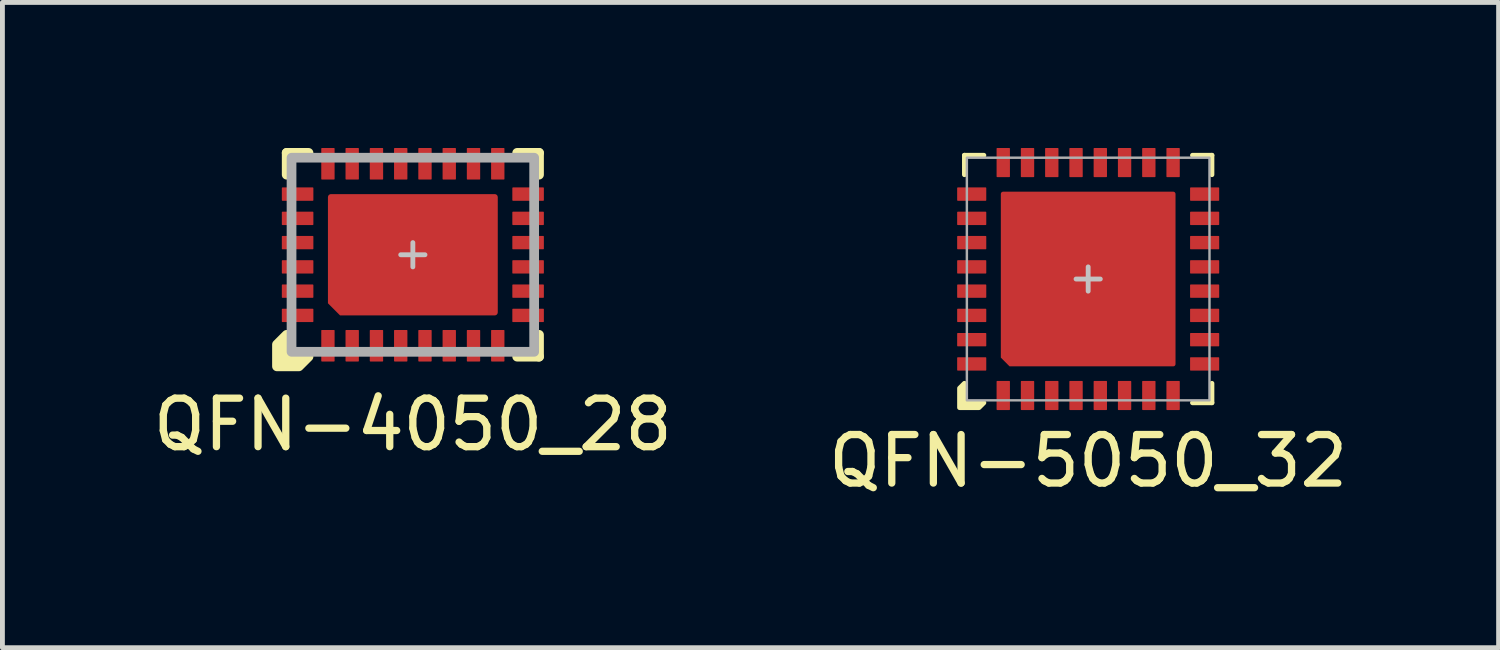
<source format=kicad_pcb>
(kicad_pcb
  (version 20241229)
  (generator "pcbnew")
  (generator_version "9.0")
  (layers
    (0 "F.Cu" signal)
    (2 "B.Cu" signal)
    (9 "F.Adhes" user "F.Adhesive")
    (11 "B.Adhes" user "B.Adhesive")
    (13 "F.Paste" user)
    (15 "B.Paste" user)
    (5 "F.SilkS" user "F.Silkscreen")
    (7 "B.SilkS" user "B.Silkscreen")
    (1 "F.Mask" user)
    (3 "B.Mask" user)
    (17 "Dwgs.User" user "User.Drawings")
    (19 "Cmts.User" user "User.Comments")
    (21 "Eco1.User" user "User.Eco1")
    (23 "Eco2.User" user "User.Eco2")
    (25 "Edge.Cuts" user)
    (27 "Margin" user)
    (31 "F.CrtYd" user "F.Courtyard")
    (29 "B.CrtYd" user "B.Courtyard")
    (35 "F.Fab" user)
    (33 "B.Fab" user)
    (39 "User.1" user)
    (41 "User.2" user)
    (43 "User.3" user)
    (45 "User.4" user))
  (footprint "QFN-4050_28"
    (layer "F.Cu")
    (at 5.458 2.2)
    (property "Reference" "QFN-4050_28" (at 0 3.5 0) (unlocked yes) (layer "F.SilkS") (effects (font (size 1 1) (thickness 0.15))))
    (attr smd)
    (fp_line (start -2.6 -2.1) (end -2.6 -1.65) (stroke (width 0.2) (type solid)) (layer "F.SilkS"))
    (fp_line (start -2.15 -2.1) (end -2.6 -2.1) (stroke (width 0.2) (type solid)) (layer "F.SilkS"))
    (fp_line (start 2.15 2.1) (end 2.6 2.1) (stroke (width 0.2) (type solid)) (layer "F.SilkS"))
    (fp_line (start 2.6 -2.1) (end 2.15 -2.1) (stroke (width 0.2) (type solid)) (layer "F.SilkS"))
    (fp_line (start 2.6 -1.65) (end 2.6 -2.1) (stroke (width 0.2) (type solid)) (layer "F.SilkS"))
    (fp_line (start 2.6 2.1) (end 2.6 1.65) (stroke (width 0.2) (type solid)) (layer "F.SilkS"))
    (fp_poly (pts (xy -2.6 2.1) (xy -2.15 2.1) (xy -2.35 2.3) (xy -2.8 2.3) (xy -2.8 1.85) (xy -2.6 1.65)) (stroke (width 0.2) (type solid)) (fill yes) (layer "F.SilkS"))
    (fp_rect (start -1.6 -1.1) (end -0.75 -0.15) (stroke (width 0) (type solid)) (fill yes) (layer "F.Paste"))
    (fp_rect (start -0.45 -1.1) (end 0.45 -0.15) (stroke (width 0) (type solid)) (fill yes) (layer "F.Paste"))
    (fp_rect (start -0.45 0.15) (end 0.45 1.1) (stroke (width 0) (type solid)) (fill yes) (layer "F.Paste"))
    (fp_rect (start 0.75 -1.1) (end 1.6 -0.15) (stroke (width 0) (type solid)) (fill yes) (layer "F.Paste"))
    (fp_rect (start 0.75 0.15) (end 1.6 1.1) (stroke (width 0) (type solid)) (fill yes) (layer "F.Paste"))
    (fp_poly (pts (xy -0.75 1.1) (xy -1.4 1.1) (xy -1.6 0.9) (xy -1.6 0.15) (xy -0.75 0.15)) (stroke (width 0) (type solid)) (fill yes) (layer "F.Paste"))
    (fp_line (start -0.25 0) (end 0.25 0) (stroke (width 0.1) (type solid)) (layer "Dwgs.User"))
    (fp_line (start 0 0.25) (end 0 -0.25) (stroke (width 0.1) (type solid)) (layer "Dwgs.User"))
    (fp_rect (start -2.5 -2) (end 2.5 2) (stroke (width 0.2) (type solid)) (fill no) (layer "F.Fab"))
    (pad "1" smd roundrect (at -1.75 1.875 90) (size 0.65 0.275) (layers "F.Cu" "F.Mask" "F.Paste") (roundrect_rratio 0.05))
    (pad "2" smd roundrect (at -1.25 1.875 90) (size 0.65 0.275) (layers "F.Cu" "F.Mask" "F.Paste") (roundrect_rratio 0.05))
    (pad "3" smd roundrect (at -0.75 1.875 90) (size 0.65 0.275) (layers "F.Cu" "F.Mask" "F.Paste") (roundrect_rratio 0.05))
    (pad "4" smd roundrect (at -0.25 1.875 90) (size 0.65 0.275) (layers "F.Cu" "F.Mask" "F.Paste") (roundrect_rratio 0.05))
    (pad "5" smd roundrect (at 0.25 1.875 90) (size 0.65 0.275) (layers "F.Cu" "F.Mask" "F.Paste") (roundrect_rratio 0.05))
    (pad "6" smd roundrect (at 0.75 1.875 90) (size 0.65 0.275) (layers "F.Cu" "F.Mask" "F.Paste") (roundrect_rratio 0.05))
    (pad "7" smd roundrect (at 1.25 1.875 90) (size 0.65 0.275) (layers "F.Cu" "F.Mask" "F.Paste") (roundrect_rratio 0.05))
    (pad "8" smd roundrect (at 1.75 1.875 90) (size 0.65 0.275) (layers "F.Cu" "F.Mask" "F.Paste") (roundrect_rratio 0.05))
    (pad "9" smd roundrect (at 2.375 1.25) (size 0.65 0.275) (layers "F.Cu" "F.Mask" "F.Paste") (roundrect_rratio 0.05))
    (pad "10" smd roundrect (at 2.375 0.75) (size 0.65 0.275) (layers "F.Cu" "F.Mask" "F.Paste") (roundrect_rratio 0.05))
    (pad "11" smd roundrect (at 2.375 0.25) (size 0.65 0.275) (layers "F.Cu" "F.Mask" "F.Paste") (roundrect_rratio 0.05))
    (pad "12" smd roundrect (at 2.375 -0.25) (size 0.65 0.275) (layers "F.Cu" "F.Mask" "F.Paste") (roundrect_rratio 0.05))
    (pad "13" smd roundrect (at 2.375 -0.75) (size 0.65 0.275) (layers "F.Cu" "F.Mask" "F.Paste") (roundrect_rratio 0.05))
    (pad "14" smd roundrect (at 2.375 -1.25) (size 0.65 0.275) (layers "F.Cu" "F.Mask" "F.Paste") (roundrect_rratio 0.05))
    (pad "15" smd roundrect (at 1.75 -1.875 90) (size 0.65 0.275) (layers "F.Cu" "F.Mask" "F.Paste") (roundrect_rratio 0.05))
    (pad "16" smd roundrect (at 1.25 -1.875 90) (size 0.65 0.275) (layers "F.Cu" "F.Mask" "F.Paste") (roundrect_rratio 0.05))
    (pad "17" smd roundrect (at 0.75 -1.875 90) (size 0.65 0.275) (layers "F.Cu" "F.Mask" "F.Paste") (roundrect_rratio 0.05))
    (pad "18" smd roundrect (at 0.25 -1.875 90) (size 0.65 0.275) (layers "F.Cu" "F.Mask" "F.Paste") (roundrect_rratio 0.05))
    (pad "19" smd roundrect (at -0.25 -1.875 90) (size 0.65 0.275) (layers "F.Cu" "F.Mask" "F.Paste") (roundrect_rratio 0.05))
    (pad "20" smd roundrect (at -0.75 -1.875 90) (size 0.65 0.275) (layers "F.Cu" "F.Mask" "F.Paste") (roundrect_rratio 0.05))
    (pad "21" smd roundrect (at -1.25 -1.875 90) (size 0.65 0.275) (layers "F.Cu" "F.Mask" "F.Paste") (roundrect_rratio 0.05))
    (pad "22" smd roundrect (at -1.75 -1.875 90) (size 0.65 0.275) (layers "F.Cu" "F.Mask" "F.Paste") (roundrect_rratio 0.05))
    (pad "23" smd roundrect (at -2.375 -1.25) (size 0.65 0.275) (layers "F.Cu" "F.Mask" "F.Paste") (roundrect_rratio 0.05))
    (pad "24" smd roundrect (at -2.375 -0.75) (size 0.65 0.275) (layers "F.Cu" "F.Mask" "F.Paste") (roundrect_rratio 0.05))
    (pad "25" smd roundrect (at -2.375 -0.25) (size 0.65 0.275) (layers "F.Cu" "F.Mask" "F.Paste") (roundrect_rratio 0.05))
    (pad "26" smd roundrect (at -2.375 0.25) (size 0.65 0.275) (layers "F.Cu" "F.Mask" "F.Paste") (roundrect_rratio 0.05))
    (pad "27" smd roundrect (at -2.375 0.75) (size 0.65 0.275) (layers "F.Cu" "F.Mask" "F.Paste") (roundrect_rratio 0.05))
    (pad "28" smd roundrect (at -2.375 1.25) (size 0.65 0.275) (layers "F.Cu" "F.Mask" "F.Paste") (roundrect_rratio 0.05))
    (pad "EP" smd roundrect (at 0 0) (size 3.5 2.5) (layers "F.Cu" "F.Mask") (roundrect_rratio 0.025) (chamfer_ratio 0.1) (chamfer bottom_left)))
  (footprint "QFN-5050_32"
    (layer "F.Cu")
    (at 19.375 2.7)
    (property "Reference" "QFN-5050_32" (at 0 3.75 0) (unlocked yes) (layer "F.SilkS") (effects (font (size 1 1) (thickness 0.15))))
    (attr smd)
    (fp_line (start -2.55 -2.55) (end -2.55 -2.15) (stroke (width 0.1) (type solid)) (layer "F.SilkS"))
    (fp_line (start -2.15 -2.55) (end -2.55 -2.55) (stroke (width 0.1) (type solid)) (layer "F.SilkS"))
    (fp_line (start 2.15 2.55) (end 2.55 2.55) (stroke (width 0.1) (type solid)) (layer "F.SilkS"))
    (fp_line (start 2.55 -2.55) (end 2.15 -2.55) (stroke (width 0.1) (type solid)) (layer "F.SilkS"))
    (fp_line (start 2.55 -2.15) (end 2.55 -2.55) (stroke (width 0.1) (type solid)) (layer "F.SilkS"))
    (fp_line (start 2.55 2.55) (end 2.55 2.15) (stroke (width 0.1) (type solid)) (layer "F.SilkS"))
    (fp_poly (pts (xy -2.55 2.55) (xy -2.15 2.55) (xy -2.25 2.65) (xy -2.65 2.65) (xy -2.65 2.25) (xy -2.55 2.15)) (stroke (width 0.1) (type solid)) (fill yes) (layer "F.SilkS"))
    (fp_rect (start -1.65 -1.65) (end -0.75 -0.75) (stroke (width 0) (type solid)) (fill yes) (layer "F.Paste"))
    (fp_rect (start -1.65 -0.45) (end -0.75 0.45) (stroke (width 0) (type solid)) (fill yes) (layer "F.Paste"))
    (fp_rect (start -0.45 -1.65) (end 0.45 -0.75) (stroke (width 0) (type solid)) (fill yes) (layer "F.Paste"))
    (fp_rect (start -0.45 -0.45) (end 0.45 0.45) (stroke (width 0) (type solid)) (fill yes) (layer "F.Paste"))
    (fp_rect (start -0.45 0.75) (end 0.45 1.65) (stroke (width 0) (type solid)) (fill yes) (layer "F.Paste"))
    (fp_rect (start 0.75 -1.65) (end 1.65 -0.75) (stroke (width 0) (type solid)) (fill yes) (layer "F.Paste"))
    (fp_rect (start 0.75 -0.45) (end 1.65 0.45) (stroke (width 0) (type solid)) (fill yes) (layer "F.Paste"))
    (fp_rect (start 0.75 0.75) (end 1.65 1.65) (stroke (width 0) (type solid)) (fill yes) (layer "F.Paste"))
    (fp_poly (pts (xy -0.75 1.65) (xy -1.55 1.65) (xy -1.65 1.55) (xy -1.65 0.75) (xy -0.75 0.75)) (stroke (width 0) (type solid)) (fill yes) (layer "F.Paste"))
    (fp_line (start -0.25 0) (end 0.25 0) (stroke (width 0.1) (type solid)) (layer "Dwgs.User"))
    (fp_line (start 0 -0.25) (end 0 0.25) (stroke (width 0.1) (type solid)) (layer "Dwgs.User"))
    (fp_rect (start -2.5 -2.5) (end 2.5 2.5) (stroke (width 0.05) (type solid)) (fill no) (layer "F.Fab"))
    (pad "1" smd roundrect (at -2.4 -1.75) (size 0.6 0.275) (layers "F.Cu" "F.Mask" "F.Paste") (roundrect_rratio 0.05))
    (pad "2" smd roundrect (at -2.4 -1.25) (size 0.6 0.275) (layers "F.Cu" "F.Mask" "F.Paste") (roundrect_rratio 0.05))
    (pad "3" smd roundrect (at -2.4 -0.75) (size 0.6 0.275) (layers "F.Cu" "F.Mask" "F.Paste") (roundrect_rratio 0.05))
    (pad "4" smd roundrect (at -2.4 -0.25) (size 0.6 0.275) (layers "F.Cu" "F.Mask" "F.Paste") (roundrect_rratio 0.05))
    (pad "5" smd roundrect (at -2.4 0.25) (size 0.6 0.275) (layers "F.Cu" "F.Mask" "F.Paste") (roundrect_rratio 0.05))
    (pad "6" smd roundrect (at -2.4 0.75) (size 0.6 0.275) (layers "F.Cu" "F.Mask" "F.Paste") (roundrect_rratio 0.05))
    (pad "7" smd roundrect (at -2.4 1.25) (size 0.6 0.275) (layers "F.Cu" "F.Mask" "F.Paste") (roundrect_rratio 0.05))
    (pad "8" smd roundrect (at -2.4 1.75) (size 0.6 0.275) (layers "F.Cu" "F.Mask" "F.Paste") (roundrect_rratio 0.05))
    (pad "9" smd roundrect (at -1.75 2.4 90) (size 0.6 0.275) (layers "F.Cu" "F.Mask" "F.Paste") (roundrect_rratio 0.05))
    (pad "10" smd roundrect (at -1.25 2.4 90) (size 0.6 0.275) (layers "F.Cu" "F.Mask" "F.Paste") (roundrect_rratio 0.05))
    (pad "11" smd roundrect (at -0.75 2.4 90) (size 0.6 0.275) (layers "F.Cu" "F.Mask" "F.Paste") (roundrect_rratio 0.05))
    (pad "12" smd roundrect (at -0.25 2.4 90) (size 0.6 0.275) (layers "F.Cu" "F.Mask" "F.Paste") (roundrect_rratio 0.05))
    (pad "13" smd roundrect (at 0.25 2.4 90) (size 0.6 0.275) (layers "F.Cu" "F.Mask" "F.Paste") (roundrect_rratio 0.05))
    (pad "14" smd roundrect (at 0.75 2.4 90) (size 0.6 0.275) (layers "F.Cu" "F.Mask" "F.Paste") (roundrect_rratio 0.05))
    (pad "15" smd roundrect (at 1.25 2.4 90) (size 0.6 0.275) (layers "F.Cu" "F.Mask" "F.Paste") (roundrect_rratio 0.05))
    (pad "16" smd roundrect (at 1.75 2.4 90) (size 0.6 0.275) (layers "F.Cu" "F.Mask" "F.Paste") (roundrect_rratio 0.05))
    (pad "17" smd roundrect (at 2.4 1.75) (size 0.6 0.275) (layers "F.Cu" "F.Mask" "F.Paste") (roundrect_rratio 0.05))
    (pad "18" smd roundrect (at 2.4 1.25) (size 0.6 0.275) (layers "F.Cu" "F.Mask" "F.Paste") (roundrect_rratio 0.05))
    (pad "19" smd roundrect (at 2.4 0.75) (size 0.6 0.275) (layers "F.Cu" "F.Mask" "F.Paste") (roundrect_rratio 0.05))
    (pad "20" smd roundrect (at 2.4 0.25) (size 0.6 0.275) (layers "F.Cu" "F.Mask" "F.Paste") (roundrect_rratio 0.05))
    (pad "21" smd roundrect (at 2.4 -0.25) (size 0.6 0.275) (layers "F.Cu" "F.Mask" "F.Paste") (roundrect_rratio 0.05))
    (pad "22" smd roundrect (at 2.4 -0.75) (size 0.6 0.275) (layers "F.Cu" "F.Mask" "F.Paste") (roundrect_rratio 0.05))
    (pad "23" smd roundrect (at 2.4 -1.25) (size 0.6 0.275) (layers "F.Cu" "F.Mask" "F.Paste") (roundrect_rratio 0.05))
    (pad "24" smd roundrect (at 2.4 -1.75) (size 0.6 0.275) (layers "F.Cu" "F.Mask" "F.Paste") (roundrect_rratio 0.05))
    (pad "25" smd roundrect (at 1.75 -2.4 90) (size 0.6 0.275) (layers "F.Cu" "F.Mask" "F.Paste") (roundrect_rratio 0.05))
    (pad "26" smd roundrect (at 1.25 -2.4 90) (size 0.6 0.275) (layers "F.Cu" "F.Mask" "F.Paste") (roundrect_rratio 0.05))
    (pad "27" smd roundrect (at 0.75 -2.4 90) (size 0.6 0.275) (layers "F.Cu" "F.Mask" "F.Paste") (roundrect_rratio 0.05))
    (pad "28" smd roundrect (at 0.25 -2.4 90) (size 0.6 0.275) (layers "F.Cu" "F.Mask" "F.Paste") (roundrect_rratio 0.05))
    (pad "29" smd roundrect (at -0.25 -2.4 90) (size 0.6 0.275) (layers "F.Cu" "F.Mask" "F.Paste") (roundrect_rratio 0.05))
    (pad "30" smd roundrect (at -0.75 -2.4 90) (size 0.6 0.275) (layers "F.Cu" "F.Mask" "F.Paste") (roundrect_rratio 0.05))
    (pad "31" smd roundrect (at -1.25 -2.4 90) (size 0.6 0.275) (layers "F.Cu" "F.Mask" "F.Paste") (roundrect_rratio 0.05))
    (pad "32" smd roundrect (at -1.75 -2.4 90) (size 0.6 0.275) (layers "F.Cu" "F.Mask" "F.Paste") (roundrect_rratio 0.05))
    (pad "EP" smd roundrect (at 0 0) (size 3.6 3.6) (layers "F.Cu" "F.Mask") (roundrect_rratio 0.013) (chamfer_ratio 0.05) (chamfer bottom_left)))
  (gr_rect
    (start -3 -3)
    (end 27.833 10.298)
    (stroke (width 0.1) (type default))
    (fill no)
    (layer "Edge.Cuts")))
</source>
